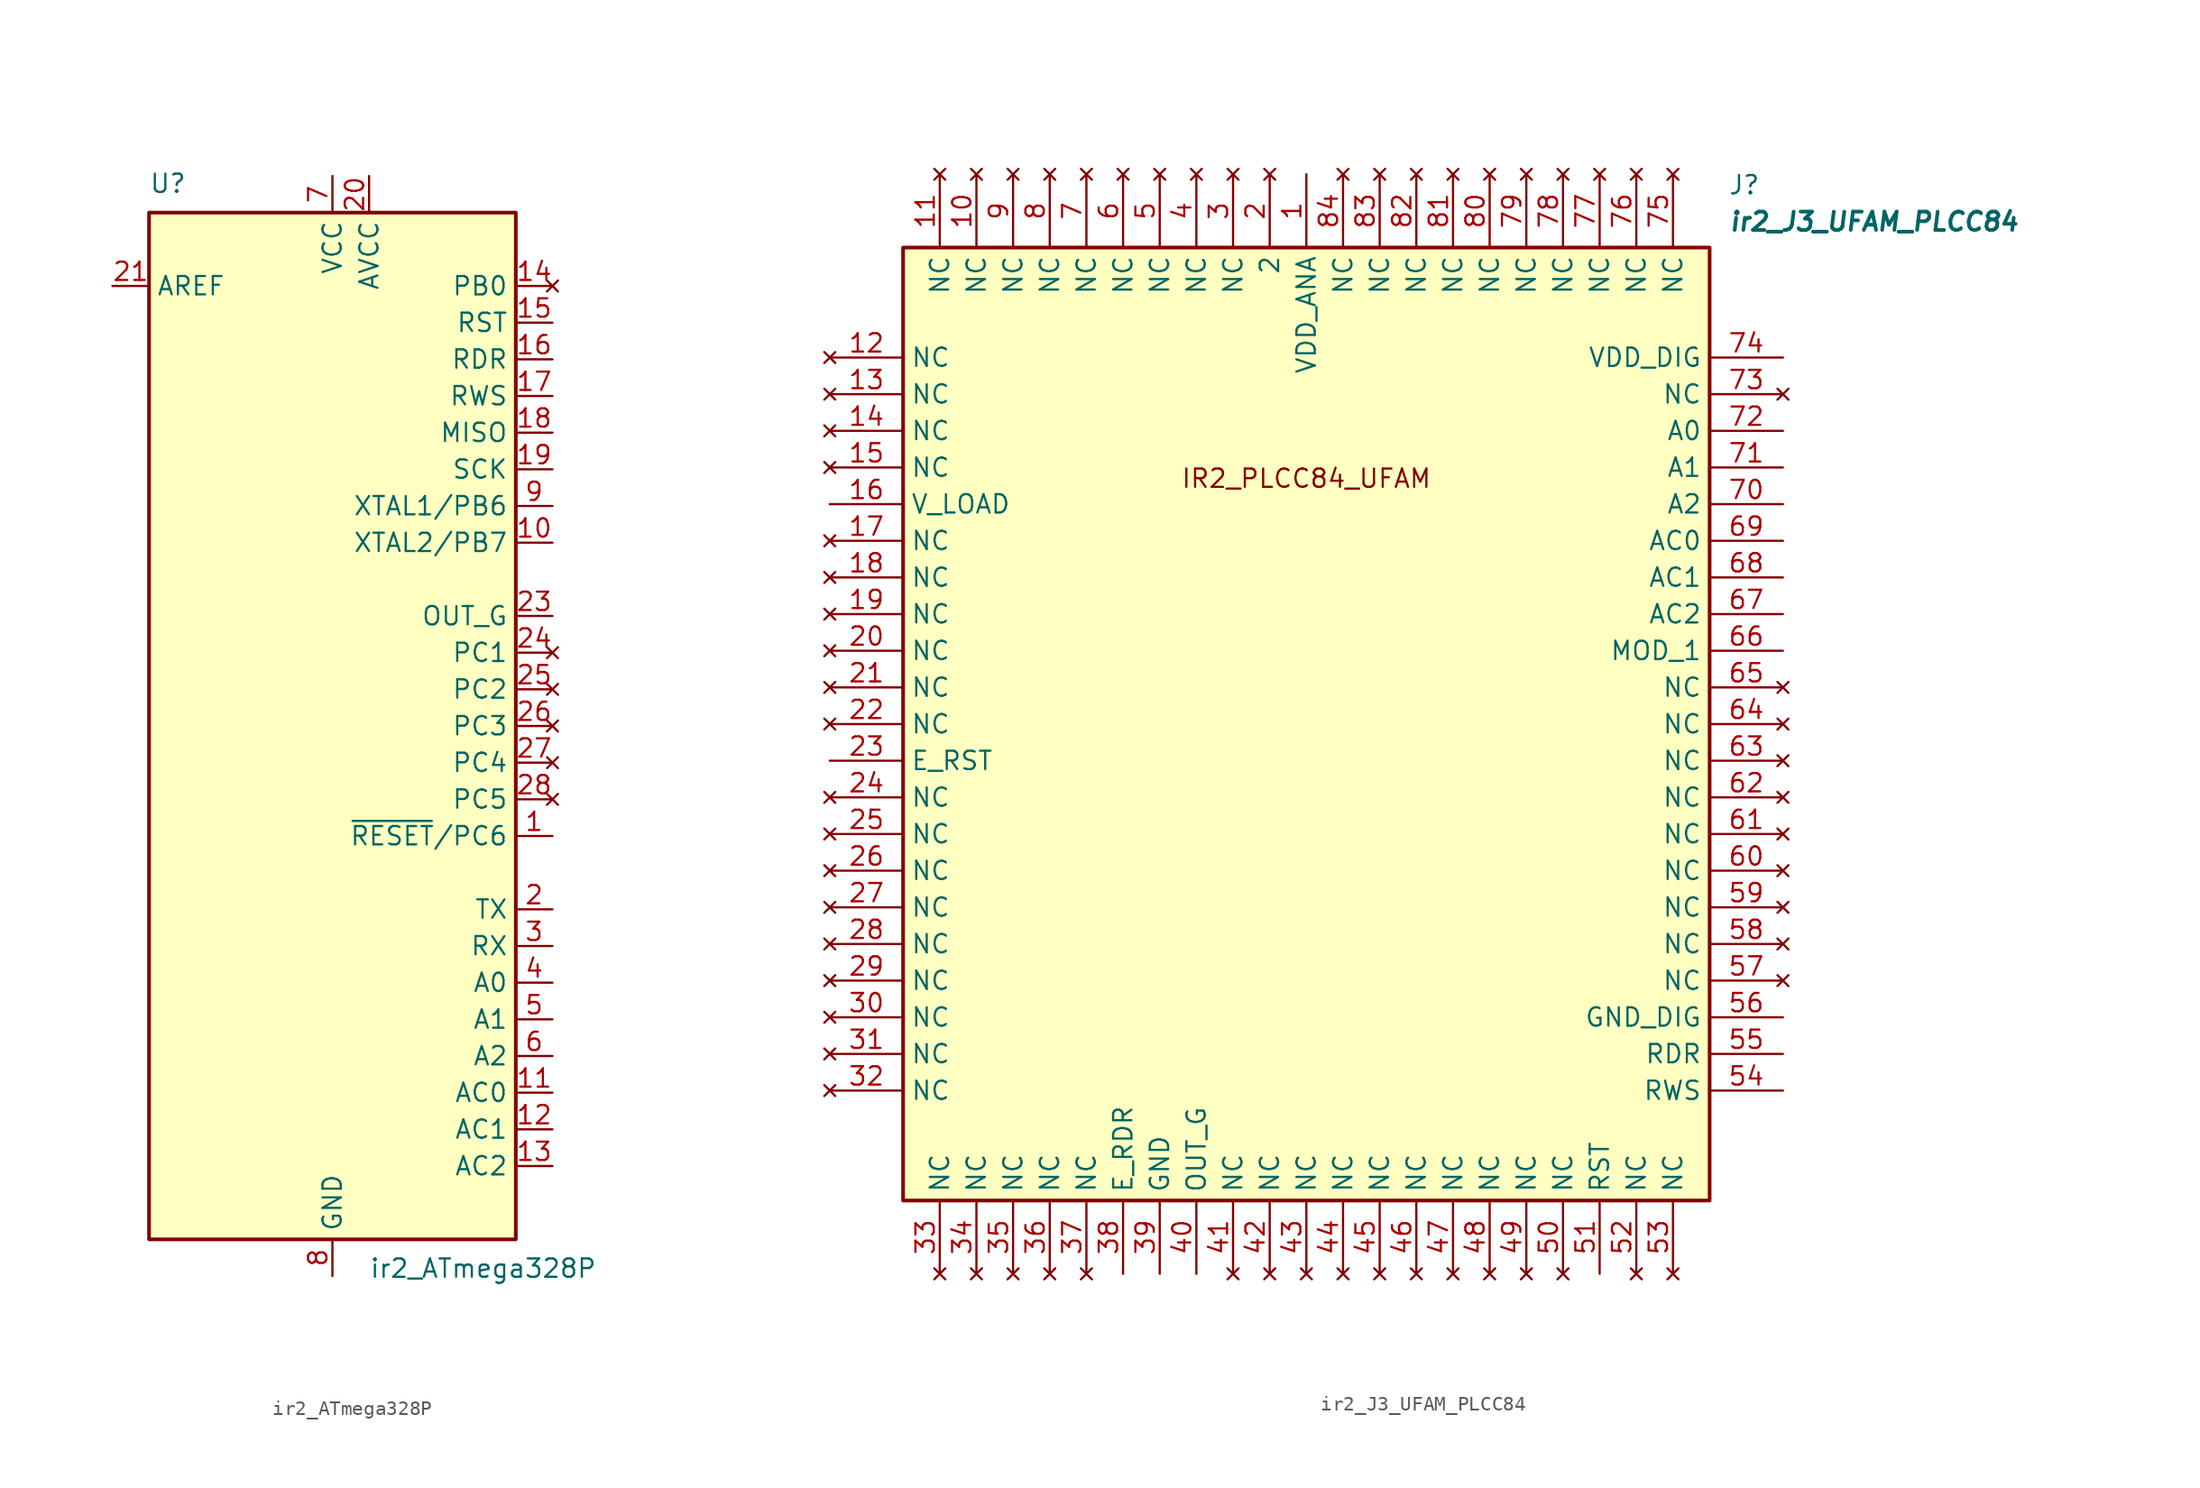
<source format=kicad_sym>
(kicad_symbol_lib
  (version 20241209)
  (generator "kicad_symbol_editor")
  (generator_version "9.0")
  (symbol "ir2_ATmega328P"
    (property "Reference" "U"
      (at -12.7 36.83 0)
      (effects (font (size 1.27 1.27)) (justify left bottom)))
    (property "Value" "ir2_ATmega328P"
      (at 2.54 -36.83 0)
      (effects (font (size 1.27 1.27)) (justify left top)))
    (symbol "ir2_ATmega328P_0_1"
      (rectangle (start -12.7 -35.56) (end 12.7 35.56) (stroke (width 0.254) (type default)) (fill (type background))))
    (symbol "ir2_ATmega328P_1_1"
      (pin passive line (at -15.24 30.48 0) (length 2.54) (name "AREF" (effects (font (size 1.27 1.27)))) (number "21" (effects (font (size 1.27 1.27)))))
      (pin power_in line (at 0 38.1 270) (length 2.54) (name "VCC" (effects (font (size 1.27 1.27)))) (number "7" (effects (font (size 1.27 1.27)))))
      (pin passive line (at 0 -38.1 90) (length 2.54) (hide yes) (name "GND" (effects (font (size 1.27 1.27)))) (number "22" (effects (font (size 1.27 1.27)))))
      (pin power_in line (at 0 -38.1 90) (length 2.54) (name "GND" (effects (font (size 1.27 1.27)))) (number "8" (effects (font (size 1.27 1.27)))))
      (pin power_in line (at 2.54 38.1 270) (length 2.54) (name "AVCC" (effects (font (size 1.27 1.27)))) (number "20" (effects (font (size 1.27 1.27)))))
      (pin no_connect line (at 15.24 30.48 180) (length 2.54) (name "PB0" (effects (font (size 1.27 1.27)))) (number "14" (effects (font (size 1.27 1.27)))))
      (pin output line (at 15.24 27.94 180) (length 2.54) (name "RST" (effects (font (size 1.27 1.27)))) (number "15" (effects (font (size 1.27 1.27)))))
      (pin output line (at 15.24 25.4 180) (length 2.54) (name "RDR" (effects (font (size 1.27 1.27)))) (number "16" (effects (font (size 1.27 1.27)))))
      (pin output line (at 15.24 22.86 180) (length 2.54) (name "RWS" (effects (font (size 1.27 1.27)))) (number "17" (effects (font (size 1.27 1.27)))))
      (pin input line (at 15.24 20.32 180) (length 2.54) (name "MISO" (effects (font (size 1.27 1.27)))) (number "18" (effects (font (size 1.27 1.27)))))
      (pin bidirectional line (at 15.24 17.78 180) (length 2.54) (name "SCK" (effects (font (size 1.27 1.27)))) (number "19" (effects (font (size 1.27 1.27)))))
      (pin bidirectional line (at 15.24 15.24 180) (length 2.54) (name "XTAL1/PB6" (effects (font (size 1.27 1.27)))) (number "9" (effects (font (size 1.27 1.27)))))
      (pin bidirectional line (at 15.24 12.7 180) (length 2.54) (name "XTAL2/PB7" (effects (font (size 1.27 1.27)))) (number "10" (effects (font (size 1.27 1.27)))))
      (pin input line (at 15.24 7.62 180) (length 2.54) (name "OUT_G" (effects (font (size 1.27 1.27)))) (number "23" (effects (font (size 1.27 1.27)))))
      (pin no_connect line (at 15.24 5.08 180) (length 2.54) (name "PC1" (effects (font (size 1.27 1.27)))) (number "24" (effects (font (size 1.27 1.27)))))
      (pin no_connect line (at 15.24 2.54 180) (length 2.54) (name "PC2" (effects (font (size 1.27 1.27)))) (number "25" (effects (font (size 1.27 1.27)))))
      (pin no_connect line (at 15.24 0 180) (length 2.54) (name "PC3" (effects (font (size 1.27 1.27)))) (number "26" (effects (font (size 1.27 1.27)))))
      (pin no_connect line (at 15.24 -2.54 180) (length 2.54) (name "PC4" (effects (font (size 1.27 1.27)))) (number "27" (effects (font (size 1.27 1.27)))))
      (pin no_connect line (at 15.24 -5.08 180) (length 2.54) (name "PC5" (effects (font (size 1.27 1.27)))) (number "28" (effects (font (size 1.27 1.27)))))
      (pin bidirectional line (at 15.24 -7.62 180) (length 2.54) (name "~{RESET}/PC6" (effects (font (size 1.27 1.27)))) (number "1" (effects (font (size 1.27 1.27)))))
      (pin bidirectional line (at 15.24 -12.7 180) (length 2.54) (name "TX" (effects (font (size 1.27 1.27)))) (number "2" (effects (font (size 1.27 1.27)))))
      (pin bidirectional line (at 15.24 -15.24 180) (length 2.54) (name "RX" (effects (font (size 1.27 1.27)))) (number "3" (effects (font (size 1.27 1.27)))))
      (pin output line (at 15.24 -17.78 180) (length 2.54) (name "A0" (effects (font (size 1.27 1.27)))) (number "4" (effects (font (size 1.27 1.27)))))
      (pin output line (at 15.24 -20.32 180) (length 2.54) (name "A1" (effects (font (size 1.27 1.27)))) (number "5" (effects (font (size 1.27 1.27)))))
      (pin output line (at 15.24 -22.86 180) (length 2.54) (name "A2" (effects (font (size 1.27 1.27)))) (number "6" (effects (font (size 1.27 1.27)))))
      (pin output line (at 15.24 -25.4 180) (length 2.54) (name "AC0" (effects (font (size 1.27 1.27)))) (number "11" (effects (font (size 1.27 1.27)))))
      (pin output line (at 15.24 -27.94 180) (length 2.54) (name "AC1" (effects (font (size 1.27 1.27)))) (number "12" (effects (font (size 1.27 1.27)))))
      (pin output line (at 15.24 -30.48 180) (length 2.54) (name "AC2" (effects (font (size 1.27 1.27)))) (number "13" (effects (font (size 1.27 1.27)))))))
  (symbol "ir2_J3_UFAM_PLCC84"
    (property "Reference" "J"
      (at 62.23 12.7 0)
      (effects (font (size 1.27 1.27)) (justify left top)))
    (property "Value" "ir2_J3_UFAM_PLCC84"
      (at 62.23 10.16 0)
      (effects (font (size 1.27 1.27) (thickness 0.254) (bold yes) (italic yes)) (justify left top)))
    (symbol "ir2_J3_UFAM_PLCC84_1_1"
      (rectangle (start 5.08 7.62) (end 60.96 -58.42) (stroke (width 0.254) (type default)) (fill (type background)))
      (text "IR2_PLCC84_UFAM" (at 33.02 -8.382 0) (effects (font (size 1.27 1.27))))
      (pin no_connect line (at 0 0 0) (length 5.08) (name "NC" (effects (font (size 1.27 1.27)))) (number "12" (effects (font (size 1.27 1.27)))))
      (pin no_connect line (at 0 -2.54 0) (length 5.08) (name "NC" (effects (font (size 1.27 1.27)))) (number "13" (effects (font (size 1.27 1.27)))))
      (pin no_connect line (at 0 -5.08 0) (length 5.08) (name "NC" (effects (font (size 1.27 1.27)))) (number "14" (effects (font (size 1.27 1.27)))))
      (pin no_connect line (at 0 -7.62 0) (length 5.08) (name "NC" (effects (font (size 1.27 1.27)))) (number "15" (effects (font (size 1.27 1.27)))))
      (pin input line (at 0 -10.16 0) (length 5.08) (name "V_LOAD" (effects (font (size 1.27 1.27)))) (number "16" (effects (font (size 1.27 1.27)))))
      (pin no_connect line (at 0 -12.7 0) (length 5.08) (name "NC" (effects (font (size 1.27 1.27)))) (number "17" (effects (font (size 1.27 1.27)))))
      (pin no_connect line (at 0 -15.24 0) (length 5.08) (name "NC" (effects (font (size 1.27 1.27)))) (number "18" (effects (font (size 1.27 1.27)))))
      (pin no_connect line (at 0 -17.78 0) (length 5.08) (name "NC" (effects (font (size 1.27 1.27)))) (number "19" (effects (font (size 1.27 1.27)))))
      (pin no_connect line (at 0 -20.32 0) (length 5.08) (name "NC" (effects (font (size 1.27 1.27)))) (number "20" (effects (font (size 1.27 1.27)))))
      (pin no_connect line (at 0 -22.86 0) (length 5.08) (name "NC" (effects (font (size 1.27 1.27)))) (number "21" (effects (font (size 1.27 1.27)))))
      (pin no_connect line (at 0 -25.4 0) (length 5.08) (name "NC" (effects (font (size 1.27 1.27)))) (number "22" (effects (font (size 1.27 1.27)))))
      (pin input line (at 0 -27.94 0) (length 5.08) (name "E_RST" (effects (font (size 1.27 1.27)))) (number "23" (effects (font (size 1.27 1.27)))))
      (pin no_connect line (at 0 -30.48 0) (length 5.08) (name "NC" (effects (font (size 1.27 1.27)))) (number "24" (effects (font (size 1.27 1.27)))))
      (pin no_connect line (at 0 -33.02 0) (length 5.08) (name "NC" (effects (font (size 1.27 1.27)))) (number "25" (effects (font (size 1.27 1.27)))))
      (pin no_connect line (at 0 -35.56 0) (length 5.08) (name "NC" (effects (font (size 1.27 1.27)))) (number "26" (effects (font (size 1.27 1.27)))))
      (pin no_connect line (at 0 -38.1 0) (length 5.08) (name "NC" (effects (font (size 1.27 1.27)))) (number "27" (effects (font (size 1.27 1.27)))))
      (pin no_connect line (at 0 -40.64 0) (length 5.08) (name "NC" (effects (font (size 1.27 1.27)))) (number "28" (effects (font (size 1.27 1.27)))))
      (pin no_connect line (at 0 -43.18 0) (length 5.08) (name "NC" (effects (font (size 1.27 1.27)))) (number "29" (effects (font (size 1.27 1.27)))))
      (pin no_connect line (at 0 -45.72 0) (length 5.08) (name "NC" (effects (font (size 1.27 1.27)))) (number "30" (effects (font (size 1.27 1.27)))))
      (pin no_connect line (at 0 -48.26 0) (length 5.08) (name "NC" (effects (font (size 1.27 1.27)))) (number "31" (effects (font (size 1.27 1.27)))))
      (pin no_connect line (at 0 -50.8 0) (length 5.08) (name "NC" (effects (font (size 1.27 1.27)))) (number "32" (effects (font (size 1.27 1.27)))))
      (pin no_connect line (at 7.62 12.7 270) (length 5.08) (name "NC" (effects (font (size 1.27 1.27)))) (number "11" (effects (font (size 1.27 1.27)))))
      (pin no_connect line (at 7.62 -63.5 90) (length 5.08) (name "NC" (effects (font (size 1.27 1.27)))) (number "33" (effects (font (size 1.27 1.27)))))
      (pin no_connect line (at 10.16 12.7 270) (length 5.08) (name "NC" (effects (font (size 1.27 1.27)))) (number "10" (effects (font (size 1.27 1.27)))))
      (pin no_connect line (at 10.16 -63.5 90) (length 5.08) (name "NC" (effects (font (size 1.27 1.27)))) (number "34" (effects (font (size 1.27 1.27)))))
      (pin no_connect line (at 12.7 12.7 270) (length 5.08) (name "NC" (effects (font (size 1.27 1.27)))) (number "9" (effects (font (size 1.27 1.27)))))
      (pin no_connect line (at 12.7 -63.5 90) (length 5.08) (name "NC" (effects (font (size 1.27 1.27)))) (number "35" (effects (font (size 1.27 1.27)))))
      (pin no_connect line (at 15.24 12.7 270) (length 5.08) (name "NC" (effects (font (size 1.27 1.27)))) (number "8" (effects (font (size 1.27 1.27)))))
      (pin no_connect line (at 15.24 -63.5 90) (length 5.08) (name "NC" (effects (font (size 1.27 1.27)))) (number "36" (effects (font (size 1.27 1.27)))))
      (pin no_connect line (at 17.78 12.7 270) (length 5.08) (name "NC" (effects (font (size 1.27 1.27)))) (number "7" (effects (font (size 1.27 1.27)))))
      (pin no_connect line (at 17.78 -63.5 90) (length 5.08) (name "NC" (effects (font (size 1.27 1.27)))) (number "37" (effects (font (size 1.27 1.27)))))
      (pin no_connect line (at 20.32 12.7 270) (length 5.08) (name "NC" (effects (font (size 1.27 1.27)))) (number "6" (effects (font (size 1.27 1.27)))))
      (pin input line (at 20.32 -63.5 90) (length 5.08) (name "E_RDR" (effects (font (size 1.27 1.27)))) (number "38" (effects (font (size 1.27 1.27)))))
      (pin no_connect line (at 22.86 12.7 270) (length 5.08) (name "NC" (effects (font (size 1.27 1.27)))) (number "5" (effects (font (size 1.27 1.27)))))
      (pin power_out line (at 22.86 -63.5 90) (length 5.08) (name "GND" (effects (font (size 1.27 1.27)))) (number "39" (effects (font (size 1.27 1.27)))))
      (pin no_connect line (at 25.4 12.7 270) (length 5.08) (name "NC" (effects (font (size 1.27 1.27)))) (number "4" (effects (font (size 1.27 1.27)))))
      (pin output line (at 25.4 -63.5 90) (length 5.08) (name "OUT_G" (effects (font (size 1.27 1.27)))) (number "40" (effects (font (size 1.27 1.27)))))
      (pin no_connect line (at 27.94 12.7 270) (length 5.08) (name "NC" (effects (font (size 1.27 1.27)))) (number "3" (effects (font (size 1.27 1.27)))))
      (pin no_connect line (at 27.94 -63.5 90) (length 5.08) (name "NC" (effects (font (size 1.27 1.27)))) (number "41" (effects (font (size 1.27 1.27)))))
      (pin no_connect line (at 30.48 12.7 270) (length 5.08) (name "2" (effects (font (size 1.27 1.27)))) (number "2" (effects (font (size 1.27 1.27)))))
      (pin no_connect line (at 30.48 -63.5 90) (length 5.08) (name "NC" (effects (font (size 1.27 1.27)))) (number "42" (effects (font (size 1.27 1.27)))))
      (pin power_in line (at 33.02 12.7 270) (length 5.08) (name "VDD_ANA" (effects (font (size 1.27 1.27)))) (number "1" (effects (font (size 1.27 1.27)))))
      (pin no_connect line (at 33.02 -63.5 90) (length 5.08) (name "NC" (effects (font (size 1.27 1.27)))) (number "43" (effects (font (size 1.27 1.27)))))
      (pin no_connect line (at 35.56 12.7 270) (length 5.08) (name "NC" (effects (font (size 1.27 1.27)))) (number "84" (effects (font (size 1.27 1.27)))))
      (pin no_connect line (at 35.56 -63.5 90) (length 5.08) (name "NC" (effects (font (size 1.27 1.27)))) (number "44" (effects (font (size 1.27 1.27)))))
      (pin no_connect line (at 38.1 12.7 270) (length 5.08) (name "NC" (effects (font (size 1.27 1.27)))) (number "83" (effects (font (size 1.27 1.27)))))
      (pin no_connect line (at 38.1 -63.5 90) (length 5.08) (name "NC" (effects (font (size 1.27 1.27)))) (number "45" (effects (font (size 1.27 1.27)))))
      (pin no_connect line (at 40.64 12.7 270) (length 5.08) (name "NC" (effects (font (size 1.27 1.27)))) (number "82" (effects (font (size 1.27 1.27)))))
      (pin no_connect line (at 40.64 -63.5 90) (length 5.08) (name "NC" (effects (font (size 1.27 1.27)))) (number "46" (effects (font (size 1.27 1.27)))))
      (pin no_connect line (at 43.18 12.7 270) (length 5.08) (name "NC" (effects (font (size 1.27 1.27)))) (number "81" (effects (font (size 1.27 1.27)))))
      (pin no_connect line (at 43.18 -63.5 90) (length 5.08) (name "NC" (effects (font (size 1.27 1.27)))) (number "47" (effects (font (size 1.27 1.27)))))
      (pin no_connect line (at 45.72 12.7 270) (length 5.08) (name "NC" (effects (font (size 1.27 1.27)))) (number "80" (effects (font (size 1.27 1.27)))))
      (pin no_connect line (at 45.72 -63.5 90) (length 5.08) (name "NC" (effects (font (size 1.27 1.27)))) (number "48" (effects (font (size 1.27 1.27)))))
      (pin no_connect line (at 48.26 12.7 270) (length 5.08) (name "NC" (effects (font (size 1.27 1.27)))) (number "79" (effects (font (size 1.27 1.27)))))
      (pin no_connect line (at 48.26 -63.5 90) (length 5.08) (name "NC" (effects (font (size 1.27 1.27)))) (number "49" (effects (font (size 1.27 1.27)))))
      (pin no_connect line (at 50.8 12.7 270) (length 5.08) (name "NC" (effects (font (size 1.27 1.27)))) (number "78" (effects (font (size 1.27 1.27)))))
      (pin no_connect line (at 50.8 -63.5 90) (length 5.08) (name "NC" (effects (font (size 1.27 1.27)))) (number "50" (effects (font (size 1.27 1.27)))))
      (pin no_connect line (at 53.34 12.7 270) (length 5.08) (name "NC" (effects (font (size 1.27 1.27)))) (number "77" (effects (font (size 1.27 1.27)))))
      (pin input line (at 53.34 -63.5 90) (length 5.08) (name "RST" (effects (font (size 1.27 1.27)))) (number "51" (effects (font (size 1.27 1.27)))))
      (pin no_connect line (at 55.88 12.7 270) (length 5.08) (name "NC" (effects (font (size 1.27 1.27)))) (number "76" (effects (font (size 1.27 1.27)))))
      (pin no_connect line (at 55.88 -63.5 90) (length 5.08) (name "NC" (effects (font (size 1.27 1.27)))) (number "52" (effects (font (size 1.27 1.27)))))
      (pin no_connect line (at 58.42 12.7 270) (length 5.08) (name "NC" (effects (font (size 1.27 1.27)))) (number "75" (effects (font (size 1.27 1.27)))))
      (pin no_connect line (at 58.42 -63.5 90) (length 5.08) (name "NC" (effects (font (size 1.27 1.27)))) (number "53" (effects (font (size 1.27 1.27)))))
      (pin power_in line (at 66.04 0 180) (length 5.08) (name "VDD_DIG" (effects (font (size 1.27 1.27)))) (number "74" (effects (font (size 1.27 1.27)))))
      (pin no_connect line (at 66.04 -2.54 180) (length 5.08) (name "NC" (effects (font (size 1.27 1.27)))) (number "73" (effects (font (size 1.27 1.27)))))
      (pin input line (at 66.04 -5.08 180) (length 5.08) (name "A0" (effects (font (size 1.27 1.27)))) (number "72" (effects (font (size 1.27 1.27)))))
      (pin input line (at 66.04 -7.62 180) (length 5.08) (name "A1" (effects (font (size 1.27 1.27)))) (number "71" (effects (font (size 1.27 1.27)))))
      (pin input line (at 66.04 -10.16 180) (length 5.08) (name "A2" (effects (font (size 1.27 1.27)))) (number "70" (effects (font (size 1.27 1.27)))))
      (pin input line (at 66.04 -12.7 180) (length 5.08) (name "AC0" (effects (font (size 1.27 1.27)))) (number "69" (effects (font (size 1.27 1.27)))))
      (pin input line (at 66.04 -15.24 180) (length 5.08) (name "AC1" (effects (font (size 1.27 1.27)))) (number "68" (effects (font (size 1.27 1.27)))))
      (pin input line (at 66.04 -17.78 180) (length 5.08) (name "AC2" (effects (font (size 1.27 1.27)))) (number "67" (effects (font (size 1.27 1.27)))))
      (pin power_in line (at 66.04 -20.32 180) (length 5.08) (name "MOD_1" (effects (font (size 1.27 1.27)))) (number "66" (effects (font (size 1.27 1.27)))))
      (pin no_connect line (at 66.04 -22.86 180) (length 5.08) (name "NC" (effects (font (size 1.27 1.27)))) (number "65" (effects (font (size 1.27 1.27)))))
      (pin no_connect line (at 66.04 -25.4 180) (length 5.08) (name "NC" (effects (font (size 1.27 1.27)))) (number "64" (effects (font (size 1.27 1.27)))))
      (pin no_connect line (at 66.04 -27.94 180) (length 5.08) (name "NC" (effects (font (size 1.27 1.27)))) (number "63" (effects (font (size 1.27 1.27)))))
      (pin no_connect line (at 66.04 -30.48 180) (length 5.08) (name "NC" (effects (font (size 1.27 1.27)))) (number "62" (effects (font (size 1.27 1.27)))))
      (pin no_connect line (at 66.04 -33.02 180) (length 5.08) (name "NC" (effects (font (size 1.27 1.27)))) (number "61" (effects (font (size 1.27 1.27)))))
      (pin no_connect line (at 66.04 -35.56 180) (length 5.08) (name "NC" (effects (font (size 1.27 1.27)))) (number "60" (effects (font (size 1.27 1.27)))))
      (pin no_connect line (at 66.04 -38.1 180) (length 5.08) (name "NC" (effects (font (size 1.27 1.27)))) (number "59" (effects (font (size 1.27 1.27)))))
      (pin no_connect line (at 66.04 -40.64 180) (length 5.08) (name "NC" (effects (font (size 1.27 1.27)))) (number "58" (effects (font (size 1.27 1.27)))))
      (pin no_connect line (at 66.04 -43.18 180) (length 5.08) (name "NC" (effects (font (size 1.27 1.27)))) (number "57" (effects (font (size 1.27 1.27)))))
      (pin power_in line (at 66.04 -45.72 180) (length 5.08) (name "GND_DIG" (effects (font (size 1.27 1.27)))) (number "56" (effects (font (size 1.27 1.27)))))
      (pin input line (at 66.04 -48.26 180) (length 5.08) (name "RDR" (effects (font (size 1.27 1.27)))) (number "55" (effects (font (size 1.27 1.27)))))
      (pin input line (at 66.04 -50.8 180) (length 5.08) (name "RWS" (effects (font (size 1.27 1.27)))) (number "54" (effects (font (size 1.27 1.27))))))))
</source>
